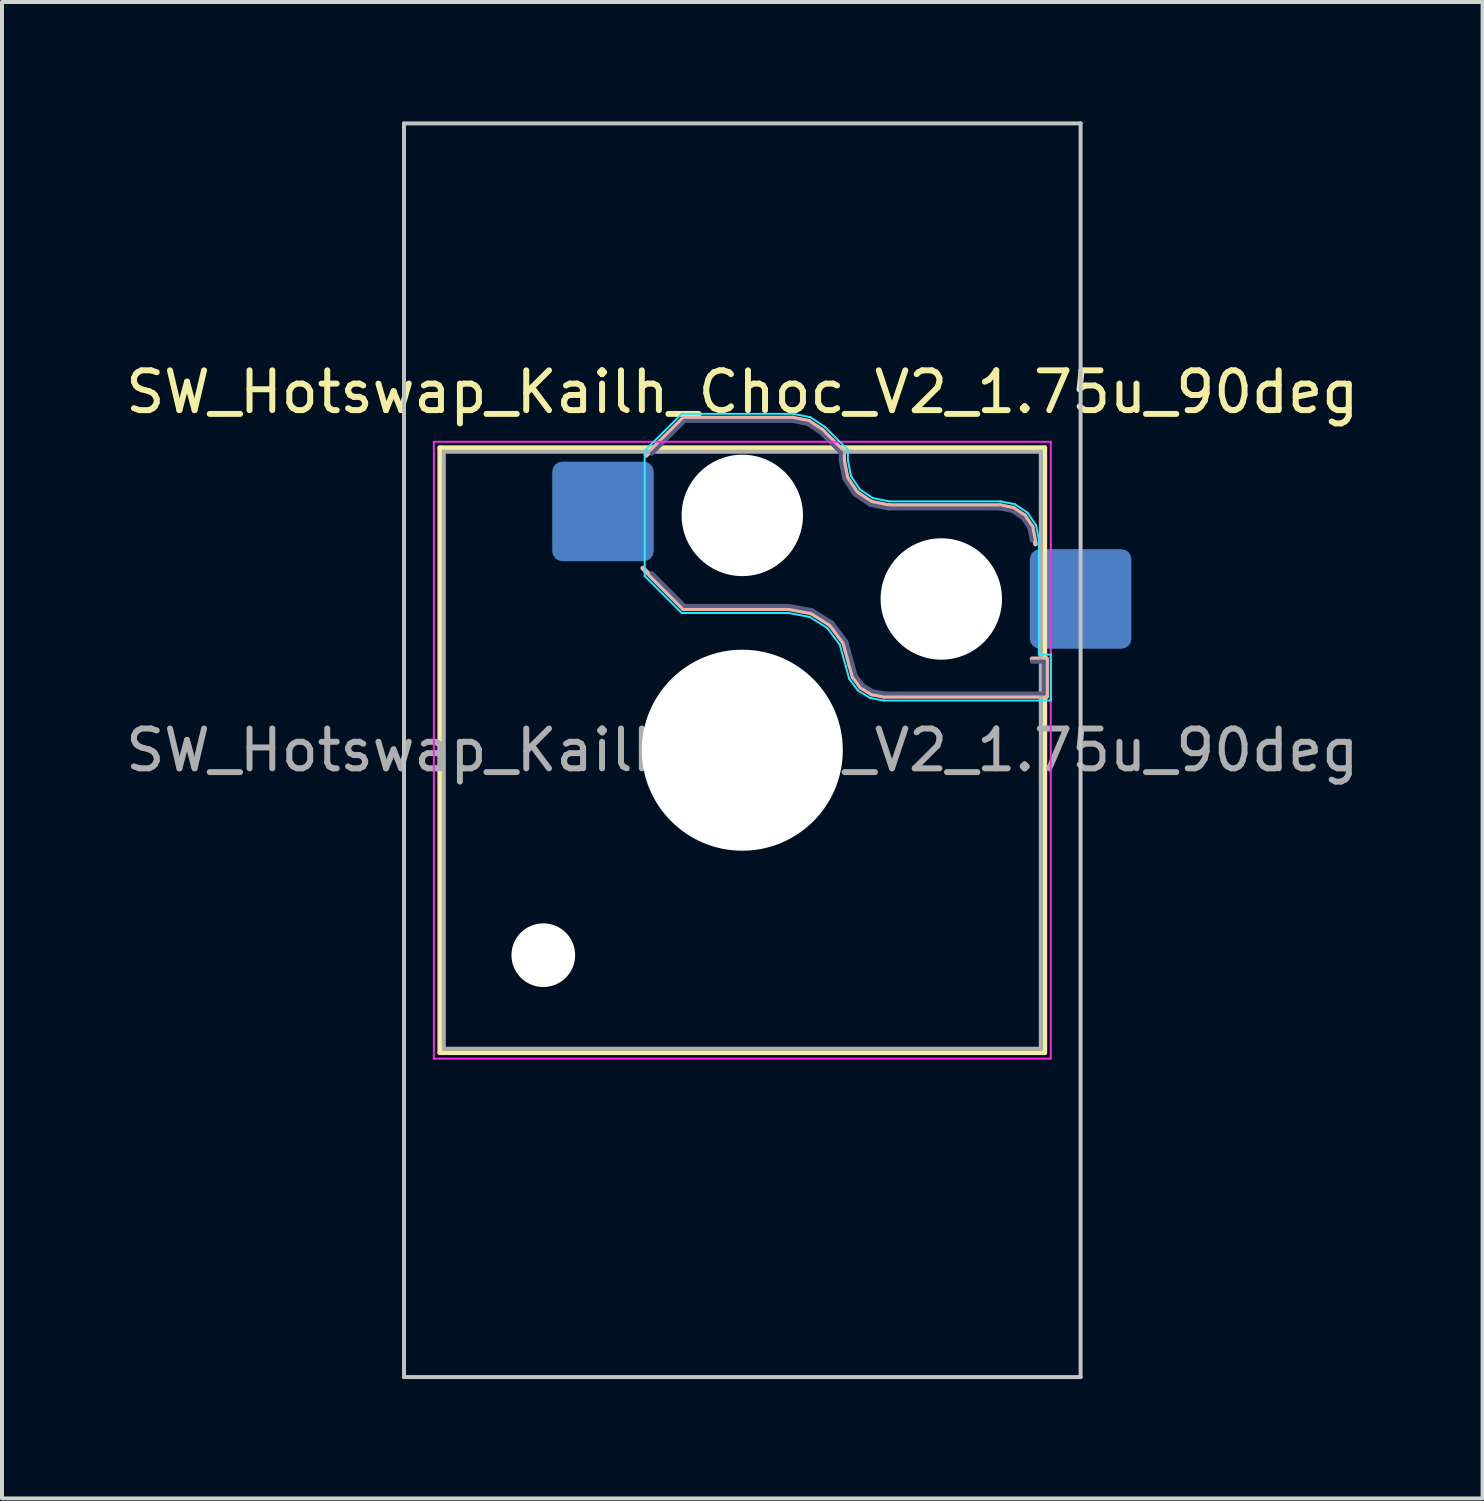
<source format=kicad_pcb>
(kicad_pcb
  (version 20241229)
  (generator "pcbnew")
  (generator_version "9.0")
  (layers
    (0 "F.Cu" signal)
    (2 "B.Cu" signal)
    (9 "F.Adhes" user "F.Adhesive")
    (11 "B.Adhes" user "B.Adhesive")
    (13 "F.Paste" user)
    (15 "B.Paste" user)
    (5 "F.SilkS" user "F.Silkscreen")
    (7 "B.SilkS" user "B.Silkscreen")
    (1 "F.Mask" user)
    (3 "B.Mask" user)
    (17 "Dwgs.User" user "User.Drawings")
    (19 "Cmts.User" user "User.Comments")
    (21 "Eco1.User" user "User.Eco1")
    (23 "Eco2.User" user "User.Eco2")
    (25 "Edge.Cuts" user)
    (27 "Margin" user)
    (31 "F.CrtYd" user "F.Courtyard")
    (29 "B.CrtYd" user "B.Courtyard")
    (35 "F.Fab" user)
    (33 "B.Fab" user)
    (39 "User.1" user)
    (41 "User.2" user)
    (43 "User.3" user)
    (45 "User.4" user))
  (footprint "SW_Hotswap_Kailh_Choc_V2_1.75u_90deg"
    (layer "F.Cu")
    (at 15.601 15.8)
    (property "Reference" "SW_Hotswap_Kailh_Choc_V2_1.75u_90deg" (at 0 -9 0) (layer "F.SilkS") (effects (font (size 1 1) (thickness 0.15))))
    (attr smd)
    (fp_line (start -7.6 -7.6) (end -7.6 7.6) (stroke (width 0.12) (type solid)) (layer "F.SilkS"))
    (fp_line (start -7.6 7.6) (end 7.6 7.6) (stroke (width 0.12) (type solid)) (layer "F.SilkS"))
    (fp_line (start 7.6 -7.6) (end -7.6 -7.6) (stroke (width 0.12) (type solid)) (layer "F.SilkS"))
    (fp_line (start 7.6 7.6) (end 7.6 -7.6) (stroke (width 0.12) (type solid)) (layer "F.SilkS"))
    (fp_line (start -2.416 -7.409) (end -1.479 -8.346) (stroke (width 0.12) (type solid)) (layer "B.SilkS"))
    (fp_line (start -1.479 -8.346) (end 1.268 -8.346) (stroke (width 0.12) (type solid)) (layer "B.SilkS"))
    (fp_line (start -1.479 -3.554) (end -2.5 -4.575) (stroke (width 0.12) (type solid)) (layer "B.SilkS"))
    (fp_line (start 1.168 -3.554) (end -1.479 -3.554) (stroke (width 0.12) (type solid)) (layer "B.SilkS"))
    (fp_line (start 1.268 -8.346) (end 1.671 -8.266) (stroke (width 0.12) (type solid)) (layer "B.SilkS"))
    (fp_line (start 1.671 -8.266) (end 2.013 -8.037) (stroke (width 0.12) (type solid)) (layer "B.SilkS"))
    (fp_line (start 1.73 -3.449) (end 1.168 -3.554) (stroke (width 0.12) (type solid)) (layer "B.SilkS"))
    (fp_line (start 2.013 -8.037) (end 2.546 -7.504) (stroke (width 0.12) (type solid)) (layer "B.SilkS"))
    (fp_line (start 2.209 -3.15) (end 1.73 -3.449) (stroke (width 0.12) (type solid)) (layer "B.SilkS"))
    (fp_line (start 2.546 -7.504) (end 2.546 -7.282) (stroke (width 0.12) (type solid)) (layer "B.SilkS"))
    (fp_line (start 2.546 -7.282) (end 2.633 -6.844) (stroke (width 0.12) (type solid)) (layer "B.SilkS"))
    (fp_line (start 2.547 -2.697) (end 2.209 -3.15) (stroke (width 0.12) (type solid)) (layer "B.SilkS"))
    (fp_line (start 2.633 -6.844) (end 2.877 -6.477) (stroke (width 0.12) (type solid)) (layer "B.SilkS"))
    (fp_line (start 2.701 -2.139) (end 2.547 -2.697) (stroke (width 0.12) (type solid)) (layer "B.SilkS"))
    (fp_line (start 2.783 -1.841) (end 2.701 -2.139) (stroke (width 0.12) (type solid)) (layer "B.SilkS"))
    (fp_line (start 2.877 -6.477) (end 3.244 -6.233) (stroke (width 0.12) (type solid)) (layer "B.SilkS"))
    (fp_line (start 2.976 -1.583) (end 2.783 -1.841) (stroke (width 0.12) (type solid)) (layer "B.SilkS"))
    (fp_line (start 3.244 -6.233) (end 3.682 -6.146) (stroke (width 0.12) (type solid)) (layer "B.SilkS"))
    (fp_line (start 3.25 -1.413) (end 2.976 -1.583) (stroke (width 0.12) (type solid)) (layer "B.SilkS"))
    (fp_line (start 3.56 -1.354) (end 3.25 -1.413) (stroke (width 0.12) (type solid)) (layer "B.SilkS"))
    (fp_line (start 3.682 -6.146) (end 6.482 -6.146) (stroke (width 0.12) (type solid)) (layer "B.SilkS"))
    (fp_line (start 6.482 -6.146) (end 6.809 -6.081) (stroke (width 0.12) (type solid)) (layer "B.SilkS"))
    (fp_line (start 6.809 -6.081) (end 7.092 -5.892) (stroke (width 0.12) (type solid)) (layer "B.SilkS"))
    (fp_line (start 7.092 -5.892) (end 7.281 -5.609) (stroke (width 0.12) (type solid)) (layer "B.SilkS"))
    (fp_line (start 7.281 -5.609) (end 7.366 -5.182) (stroke (width 0.12) (type solid)) (layer "B.SilkS"))
    (fp_line (start 7.283 -2.296) (end 7.646 -2.296) (stroke (width 0.12) (type solid)) (layer "B.SilkS"))
    (fp_line (start 7.646 -2.296) (end 7.646 -1.354) (stroke (width 0.12) (type solid)) (layer "B.SilkS"))
    (fp_line (start 7.646 -1.354) (end 3.56 -1.354) (stroke (width 0.12) (type solid)) (layer "B.SilkS"))
    (fp_line (start -8.5 -15.75) (end 8.5 -15.75) (stroke (width 0.1) (type solid)) (layer "Dwgs.User"))
    (fp_line (start -8.5 15.75) (end -8.5 -15.75) (stroke (width 0.1) (type solid)) (layer "Dwgs.User"))
    (fp_line (start 8.5 -15.75) (end 8.5 15.75) (stroke (width 0.1) (type solid)) (layer "Dwgs.User"))
    (fp_line (start 8.5 15.75) (end -8.5 15.75) (stroke (width 0.1) (type solid)) (layer "Dwgs.User"))
    (fp_line (start -7.25 -7.25) (end -7.25 7.25) (stroke (width 0.1) (type solid)) (layer "Eco1.User"))
    (fp_line (start -7.25 7.25) (end 7.25 7.25) (stroke (width 0.1) (type solid)) (layer "Eco1.User"))
    (fp_line (start 7.25 -7.25) (end -7.25 -7.25) (stroke (width 0.1) (type solid)) (layer "Eco1.User"))
    (fp_line (start 7.25 7.25) (end 7.25 -7.25) (stroke (width 0.1) (type solid)) (layer "Eco1.User"))
    (fp_line (start -2.452 -7.523) (end -1.523 -8.452) (stroke (width 0.05) (type solid)) (layer "B.CrtYd"))
    (fp_line (start -2.452 -4.377) (end -2.452 -7.523) (stroke (width 0.05) (type solid)) (layer "B.CrtYd"))
    (fp_line (start -1.523 -8.452) (end 1.278 -8.452) (stroke (width 0.05) (type solid)) (layer "B.CrtYd"))
    (fp_line (start -1.523 -3.448) (end -2.452 -4.377) (stroke (width 0.05) (type solid)) (layer "B.CrtYd"))
    (fp_line (start 1.159 -3.448) (end -1.523 -3.448) (stroke (width 0.05) (type solid)) (layer "B.CrtYd"))
    (fp_line (start 1.278 -8.452) (end 1.712 -8.366) (stroke (width 0.05) (type solid)) (layer "B.CrtYd"))
    (fp_line (start 1.691 -3.348) (end 1.159 -3.448) (stroke (width 0.05) (type solid)) (layer "B.CrtYd"))
    (fp_line (start 1.712 -8.366) (end 2.081 -8.119) (stroke (width 0.05) (type solid)) (layer "B.CrtYd"))
    (fp_line (start 2.081 -8.119) (end 2.652 -7.548) (stroke (width 0.05) (type solid)) (layer "B.CrtYd"))
    (fp_line (start 2.136 -3.071) (end 1.691 -3.348) (stroke (width 0.05) (type solid)) (layer "B.CrtYd"))
    (fp_line (start 2.45 -2.65) (end 2.136 -3.071) (stroke (width 0.05) (type solid)) (layer "B.CrtYd"))
    (fp_line (start 2.599 -2.111) (end 2.45 -2.65) (stroke (width 0.05) (type solid)) (layer "B.CrtYd"))
    (fp_line (start 2.652 -7.548) (end 2.652 -7.292) (stroke (width 0.05) (type solid)) (layer "B.CrtYd"))
    (fp_line (start 2.652 -7.292) (end 2.733 -6.885) (stroke (width 0.05) (type solid)) (layer "B.CrtYd"))
    (fp_line (start 2.687 -1.794) (end 2.599 -2.111) (stroke (width 0.05) (type solid)) (layer "B.CrtYd"))
    (fp_line (start 2.733 -6.885) (end 2.953 -6.553) (stroke (width 0.05) (type solid)) (layer "B.CrtYd"))
    (fp_line (start 2.903 -1.503) (end 2.687 -1.794) (stroke (width 0.05) (type solid)) (layer "B.CrtYd"))
    (fp_line (start 2.953 -6.553) (end 3.285 -6.333) (stroke (width 0.05) (type solid)) (layer "B.CrtYd"))
    (fp_line (start 3.211 -1.312) (end 2.903 -1.503) (stroke (width 0.05) (type solid)) (layer "B.CrtYd"))
    (fp_line (start 3.285 -6.333) (end 3.692 -6.252) (stroke (width 0.05) (type solid)) (layer "B.CrtYd"))
    (fp_line (start 3.55 -1.248) (end 3.211 -1.312) (stroke (width 0.05) (type solid)) (layer "B.CrtYd"))
    (fp_line (start 3.692 -6.252) (end 6.492 -6.252) (stroke (width 0.05) (type solid)) (layer "B.CrtYd"))
    (fp_line (start 6.492 -6.252) (end 6.85 -6.181) (stroke (width 0.05) (type solid)) (layer "B.CrtYd"))
    (fp_line (start 6.85 -6.181) (end 7.168 -5.968) (stroke (width 0.05) (type solid)) (layer "B.CrtYd"))
    (fp_line (start 7.168 -5.968) (end 7.381 -5.65) (stroke (width 0.05) (type solid)) (layer "B.CrtYd"))
    (fp_line (start 7.381 -5.65) (end 7.452 -5.292) (stroke (width 0.05) (type solid)) (layer "B.CrtYd"))
    (fp_line (start 7.452 -5.292) (end 7.452 -2.402) (stroke (width 0.05) (type solid)) (layer "B.CrtYd"))
    (fp_line (start 7.452 -2.402) (end 7.752 -2.402) (stroke (width 0.05) (type solid)) (layer "B.CrtYd"))
    (fp_line (start 7.752 -2.402) (end 7.752 -1.248) (stroke (width 0.05) (type solid)) (layer "B.CrtYd"))
    (fp_line (start 7.752 -1.248) (end 3.55 -1.248) (stroke (width 0.05) (type solid)) (layer "B.CrtYd"))
    (fp_line (start -7.75 -7.75) (end -7.75 7.75) (stroke (width 0.05) (type solid)) (layer "F.CrtYd"))
    (fp_line (start -7.75 7.75) (end 7.75 7.75) (stroke (width 0.05) (type solid)) (layer "F.CrtYd"))
    (fp_line (start 7.75 -7.75) (end -7.75 -7.75) (stroke (width 0.05) (type solid)) (layer "F.CrtYd"))
    (fp_line (start 7.75 7.75) (end 7.75 -7.75) (stroke (width 0.05) (type solid)) (layer "F.CrtYd"))
    (fp_line (start -2.275 -7.45) (end -1.45 -8.275) (stroke (width 0.1) (type solid)) (layer "B.Fab"))
    (fp_line (start -1.45 -8.275) (end 1.261 -8.275) (stroke (width 0.1) (type solid)) (layer "B.Fab"))
    (fp_line (start -1.45 -3.625) (end -2.275 -4.45) (stroke (width 0.1) (type solid)) (layer "B.Fab"))
    (fp_line (start 1.175 -3.625) (end -1.45 -3.625) (stroke (width 0.1) (type solid)) (layer "B.Fab"))
    (fp_line (start 1.261 -8.275) (end 1.643 -8.199) (stroke (width 0.1) (type solid)) (layer "B.Fab"))
    (fp_line (start 1.643 -8.199) (end 1.968 -7.982) (stroke (width 0.1) (type solid)) (layer "B.Fab"))
    (fp_line (start 1.756 -3.516) (end 1.175 -3.625) (stroke (width 0.1) (type solid)) (layer "B.Fab"))
    (fp_line (start 1.968 -7.982) (end 2.475 -7.475) (stroke (width 0.1) (type solid)) (layer "B.Fab"))
    (fp_line (start 2.258 -3.203) (end 1.756 -3.516) (stroke (width 0.1) (type solid)) (layer "B.Fab"))
    (fp_line (start 2.475 -7.475) (end 2.475 -7.275) (stroke (width 0.1) (type solid)) (layer "B.Fab"))
    (fp_line (start 2.475 -7.275) (end 2.566 -6.816) (stroke (width 0.1) (type solid)) (layer "B.Fab"))
    (fp_line (start 2.566 -6.816) (end 2.826 -6.426) (stroke (width 0.1) (type solid)) (layer "B.Fab"))
    (fp_line (start 2.612 -2.729) (end 2.258 -3.203) (stroke (width 0.1) (type solid)) (layer "B.Fab"))
    (fp_line (start 2.769 -2.158) (end 2.612 -2.729) (stroke (width 0.1) (type solid)) (layer "B.Fab"))
    (fp_line (start 2.826 -6.426) (end 3.216 -6.166) (stroke (width 0.1) (type solid)) (layer "B.Fab"))
    (fp_line (start 2.848 -1.873) (end 2.769 -2.158) (stroke (width 0.1) (type solid)) (layer "B.Fab"))
    (fp_line (start 3.025 -1.636) (end 2.848 -1.873) (stroke (width 0.1) (type solid)) (layer "B.Fab"))
    (fp_line (start 3.216 -6.166) (end 3.675 -6.075) (stroke (width 0.1) (type solid)) (layer "B.Fab"))
    (fp_line (start 3.276 -1.48) (end 3.025 -1.636) (stroke (width 0.1) (type solid)) (layer "B.Fab"))
    (fp_line (start 3.567 -1.425) (end 3.276 -1.48) (stroke (width 0.1) (type solid)) (layer "B.Fab"))
    (fp_line (start 3.675 -6.075) (end 6.475 -6.075) (stroke (width 0.1) (type solid)) (layer "B.Fab"))
    (fp_line (start 6.475 -6.075) (end 6.781 -6.014) (stroke (width 0.1) (type solid)) (layer "B.Fab"))
    (fp_line (start 6.781 -6.014) (end 7.041 -5.841) (stroke (width 0.1) (type solid)) (layer "B.Fab"))
    (fp_line (start 7.041 -5.841) (end 7.214 -5.581) (stroke (width 0.1) (type solid)) (layer "B.Fab"))
    (fp_line (start 7.214 -5.581) (end 7.275 -5.275) (stroke (width 0.1) (type solid)) (layer "B.Fab"))
    (fp_line (start 7.275 -2.225) (end 7.575 -2.225) (stroke (width 0.1) (type solid)) (layer "B.Fab"))
    (fp_line (start 7.575 -2.225) (end 7.575 -1.425) (stroke (width 0.1) (type solid)) (layer "B.Fab"))
    (fp_line (start 7.575 -1.425) (end 3.567 -1.425) (stroke (width 0.1) (type solid)) (layer "B.Fab"))
    (fp_line (start -7.5 -7.5) (end -7.5 7.5) (stroke (width 0.1) (type solid)) (layer "F.Fab"))
    (fp_line (start -7.5 7.5) (end 7.5 7.5) (stroke (width 0.1) (type solid)) (layer "F.Fab"))
    (fp_line (start 7.5 -7.5) (end -7.5 -7.5) (stroke (width 0.1) (type solid)) (layer "F.Fab"))
    (fp_line (start 7.5 7.5) (end 7.5 -7.5) (stroke (width 0.1) (type solid)) (layer "F.Fab"))
    (fp_text user "${REFERENCE}" (at 0 0 0) (layer "F.Fab") (effects (font (size 1 1) (thickness 0.15))))
    (pad "" np_thru_hole circle (at -5 5.15) (size 1.6 1.6) (drill 1.6) (layers "*.Cu" "*.Mask"))
    (pad "" np_thru_hole circle (at 0 -5.9) (size 3.05 3.05) (drill 3.05) (layers "*.Cu" "*.Mask"))
    (pad "" np_thru_hole circle (at 0 0) (size 5.05 5.05) (drill 5.05) (layers "*.Cu" "*.Mask"))
    (pad "" np_thru_hole circle (at 5 -3.8) (size 3.05 3.05) (drill 3.05) (layers "*.Cu" "*.Mask"))
    (pad "1" smd roundrect (at -3.5 -6) (size 2.55 2.5) (layers "B.Cu" "B.Mask" "B.Paste") (roundrect_rratio 0.1))
    (pad "2" smd roundrect (at 8.5 -3.8) (size 2.55 2.5) (layers "B.Cu" "B.Mask" "B.Paste") (roundrect_rratio 0.1)))
  (gr_rect
    (start -3 -3)
    (end 34.202 34.6)
    (stroke (width 0.1) (type default))
    (fill no)
    (layer "Edge.Cuts")))
</source>
